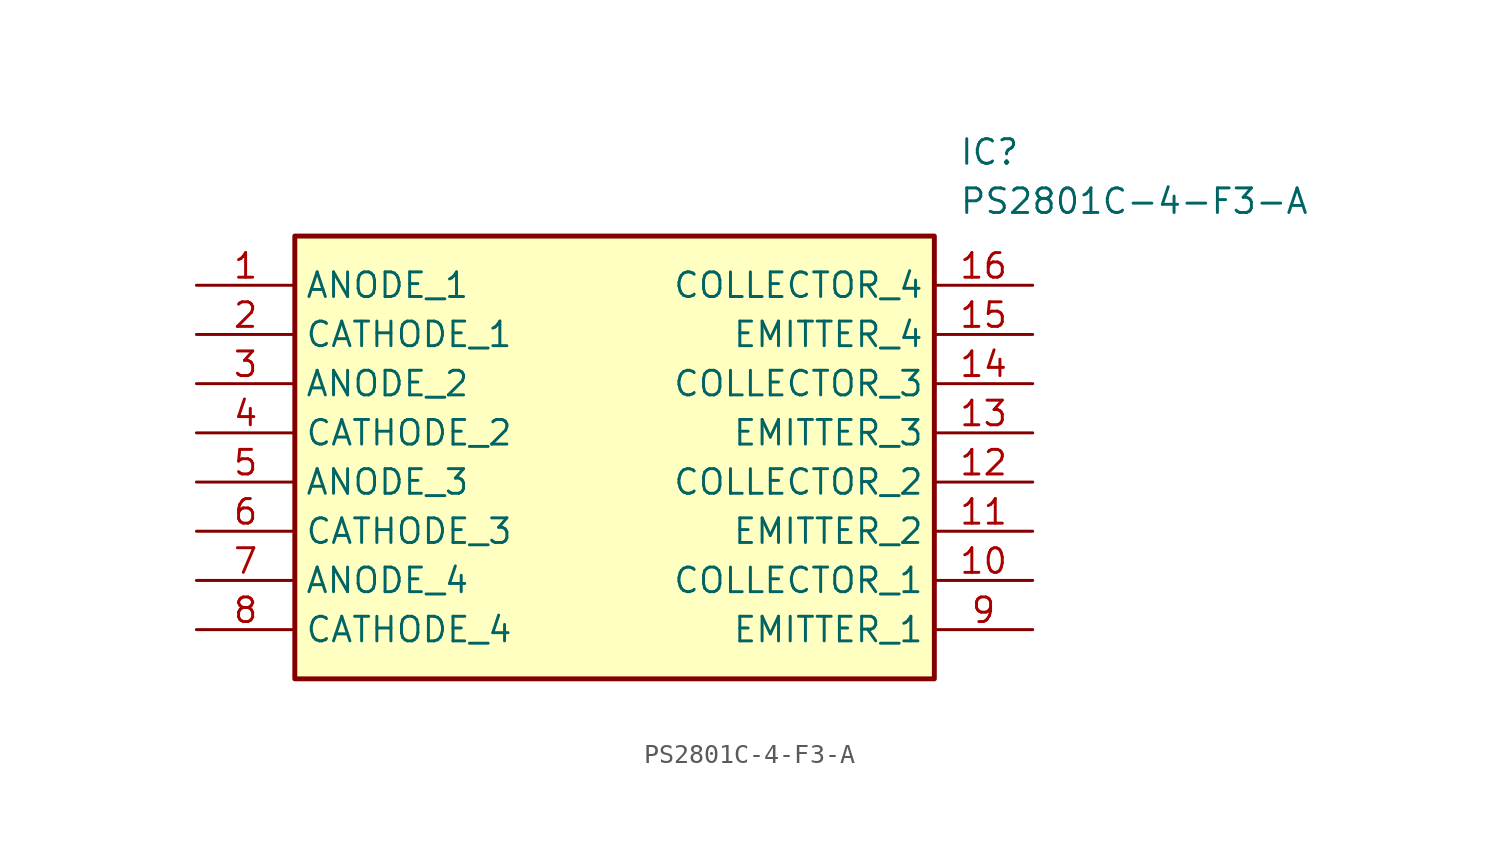
<source format=kicad_sym>
(kicad_symbol_lib
  (version 20211014)
  (generator SamacSys_ECAD_Model)
  (symbol "PS2801C-4-F3-A"
    (property "Reference" "IC"
      (at 39.37 7.62 0)
      (effects (font (size 1.27 1.27)) (justify left top)))
    (property "Value" "PS2801C-4-F3-A"
      (at 39.37 5.08 0)
      (effects (font (size 1.27 1.27)) (justify left top)))
    (rectangle
      (start 5.08 2.54)
      (end 38.1 -20.32)
      (stroke (width 0.254) (type default))
      (fill (type background)))
    (pin passive line
      (at 0 0 0)
      (length 5.08)
      (name "ANODE_1" (effects (font (size 1.27 1.27))))
      (number "1" (effects (font (size 1.27 1.27)))))
    (pin passive line
      (at 0 -2.54 0)
      (length 5.08)
      (name "CATHODE_1" (effects (font (size 1.27 1.27))))
      (number "2" (effects (font (size 1.27 1.27)))))
    (pin passive line
      (at 0 -5.08 0)
      (length 5.08)
      (name "ANODE_2" (effects (font (size 1.27 1.27))))
      (number "3" (effects (font (size 1.27 1.27)))))
    (pin passive line
      (at 0 -7.62 0)
      (length 5.08)
      (name "CATHODE_2" (effects (font (size 1.27 1.27))))
      (number "4" (effects (font (size 1.27 1.27)))))
    (pin passive line
      (at 0 -10.16 0)
      (length 5.08)
      (name "ANODE_3" (effects (font (size 1.27 1.27))))
      (number "5" (effects (font (size 1.27 1.27)))))
    (pin passive line
      (at 0 -12.7 0)
      (length 5.08)
      (name "CATHODE_3" (effects (font (size 1.27 1.27))))
      (number "6" (effects (font (size 1.27 1.27)))))
    (pin passive line
      (at 0 -15.24 0)
      (length 5.08)
      (name "ANODE_4" (effects (font (size 1.27 1.27))))
      (number "7" (effects (font (size 1.27 1.27)))))
    (pin passive line
      (at 0 -17.78 0)
      (length 5.08)
      (name "CATHODE_4" (effects (font (size 1.27 1.27))))
      (number "8" (effects (font (size 1.27 1.27)))))
    (pin passive line
      (at 43.18 0 180)
      (length 5.08)
      (name "COLLECTOR_4" (effects (font (size 1.27 1.27))))
      (number "16" (effects (font (size 1.27 1.27)))))
    (pin passive line
      (at 43.18 -2.54 180)
      (length 5.08)
      (name "EMITTER_4" (effects (font (size 1.27 1.27))))
      (number "15" (effects (font (size 1.27 1.27)))))
    (pin passive line
      (at 43.18 -5.08 180)
      (length 5.08)
      (name "COLLECTOR_3" (effects (font (size 1.27 1.27))))
      (number "14" (effects (font (size 1.27 1.27)))))
    (pin passive line
      (at 43.18 -7.62 180)
      (length 5.08)
      (name "EMITTER_3" (effects (font (size 1.27 1.27))))
      (number "13" (effects (font (size 1.27 1.27)))))
    (pin passive line
      (at 43.18 -10.16 180)
      (length 5.08)
      (name "COLLECTOR_2" (effects (font (size 1.27 1.27))))
      (number "12" (effects (font (size 1.27 1.27)))))
    (pin passive line
      (at 43.18 -12.7 180)
      (length 5.08)
      (name "EMITTER_2" (effects (font (size 1.27 1.27))))
      (number "11" (effects (font (size 1.27 1.27)))))
    (pin passive line
      (at 43.18 -15.24 180)
      (length 5.08)
      (name "COLLECTOR_1" (effects (font (size 1.27 1.27))))
      (number "10" (effects (font (size 1.27 1.27)))))
    (pin passive line
      (at 43.18 -17.78 180)
      (length 5.08)
      (name "EMITTER_1" (effects (font (size 1.27 1.27))))
      (number "9" (effects (font (size 1.27 1.27)))))))
</source>
